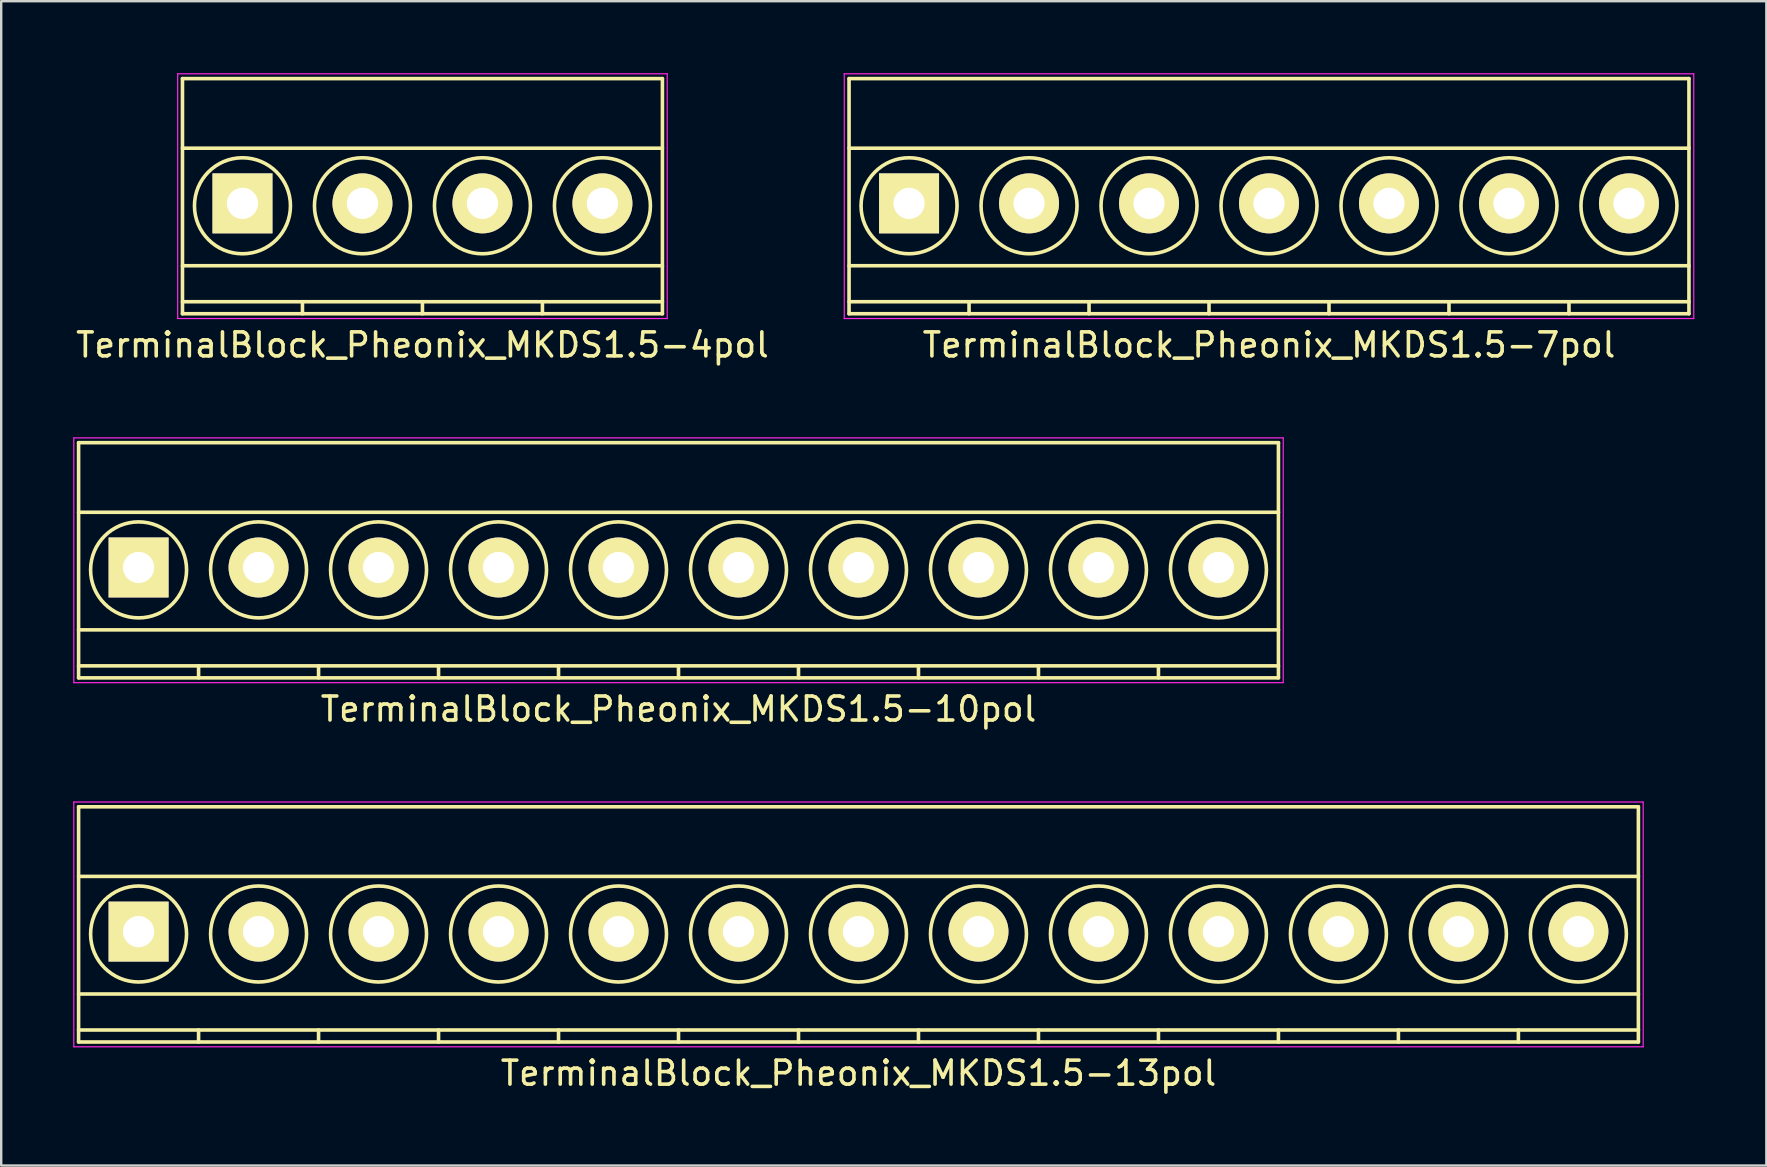
<source format=kicad_pcb>
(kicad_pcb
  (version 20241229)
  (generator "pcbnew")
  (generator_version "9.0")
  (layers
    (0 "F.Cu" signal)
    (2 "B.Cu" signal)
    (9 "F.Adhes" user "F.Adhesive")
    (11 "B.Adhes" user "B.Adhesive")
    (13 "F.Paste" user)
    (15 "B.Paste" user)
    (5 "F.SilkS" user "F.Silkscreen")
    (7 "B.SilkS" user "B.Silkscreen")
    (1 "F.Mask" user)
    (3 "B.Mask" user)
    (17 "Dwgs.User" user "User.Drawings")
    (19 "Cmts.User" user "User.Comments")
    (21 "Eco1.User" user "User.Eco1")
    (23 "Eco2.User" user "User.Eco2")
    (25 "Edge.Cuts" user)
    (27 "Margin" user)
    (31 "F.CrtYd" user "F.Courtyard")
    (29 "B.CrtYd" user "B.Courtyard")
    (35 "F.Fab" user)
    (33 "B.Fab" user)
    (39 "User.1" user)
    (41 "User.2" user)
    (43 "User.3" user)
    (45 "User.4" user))
  (footprint "TerminalBlock_Pheonix_MKDS1.5-13pol"
    (layer "F.Cu")
    (at 2.725 35.772)
    (property "Reference" "TerminalBlock_Pheonix_MKDS1.5-13pol" (at 30 5.9 0) (layer "F.SilkS") (effects (font (size 1 1) (thickness 0.15))))
    (attr through_hole)
    (fp_line (start -2.5 -5.2) (end -2.5 4.6) (stroke (width 0.15) (type solid)) (layer "F.SilkS"))
    (fp_line (start -2.5 -2.3) (end 62.5 -2.3) (stroke (width 0.15) (type solid)) (layer "F.SilkS"))
    (fp_line (start -2.5 2.6) (end 62.5 2.6) (stroke (width 0.15) (type solid)) (layer "F.SilkS"))
    (fp_line (start -2.5 4.1) (end 62.5 4.1) (stroke (width 0.15) (type solid)) (layer "F.SilkS"))
    (fp_line (start -2.5 4.6) (end 62.5 4.6) (stroke (width 0.15) (type solid)) (layer "F.SilkS"))
    (fp_line (start 2.5 4.1) (end 2.5 4.6) (stroke (width 0.15) (type solid)) (layer "F.SilkS"))
    (fp_line (start 7.5 4.1) (end 7.5 4.6) (stroke (width 0.15) (type solid)) (layer "F.SilkS"))
    (fp_line (start 12.5 4.1) (end 12.5 4.6) (stroke (width 0.15) (type solid)) (layer "F.SilkS"))
    (fp_line (start 17.5 4.1) (end 17.5 4.6) (stroke (width 0.15) (type solid)) (layer "F.SilkS"))
    (fp_line (start 22.5 4.1) (end 22.5 4.6) (stroke (width 0.15) (type solid)) (layer "F.SilkS"))
    (fp_line (start 27.5 4.1) (end 27.5 4.6) (stroke (width 0.15) (type solid)) (layer "F.SilkS"))
    (fp_line (start 32.5 4.1) (end 32.5 4.6) (stroke (width 0.15) (type solid)) (layer "F.SilkS"))
    (fp_line (start 37.5 4.1) (end 37.5 4.6) (stroke (width 0.15) (type solid)) (layer "F.SilkS"))
    (fp_line (start 42.5 4.1) (end 42.5 4.6) (stroke (width 0.15) (type solid)) (layer "F.SilkS"))
    (fp_line (start 47.5 4.1) (end 47.5 4.6) (stroke (width 0.15) (type solid)) (layer "F.SilkS"))
    (fp_line (start 52.5 4.1) (end 52.5 4.6) (stroke (width 0.15) (type solid)) (layer "F.SilkS"))
    (fp_line (start 57.5 4.1) (end 57.5 4.6) (stroke (width 0.15) (type solid)) (layer "F.SilkS"))
    (fp_line (start 62.5 -5.2) (end -2.5 -5.2) (stroke (width 0.15) (type solid)) (layer "F.SilkS"))
    (fp_line (start 62.5 4.6) (end 62.5 -5.2) (stroke (width 0.15) (type solid)) (layer "F.SilkS"))
    (fp_circle (center 0 0.1) (end 2 0.1) (stroke (width 0.15) (type solid)) (fill no) (layer "F.SilkS"))
    (fp_circle (center 5 0.1) (end 3 0.1) (stroke (width 0.15) (type solid)) (fill no) (layer "F.SilkS"))
    (fp_circle (center 10 0.1) (end 8 0.1) (stroke (width 0.15) (type solid)) (fill no) (layer "F.SilkS"))
    (fp_circle (center 15 0.1) (end 13 0.1) (stroke (width 0.15) (type solid)) (fill no) (layer "F.SilkS"))
    (fp_circle (center 20 0.1) (end 18 0.1) (stroke (width 0.15) (type solid)) (fill no) (layer "F.SilkS"))
    (fp_circle (center 25 0.1) (end 23 0.1) (stroke (width 0.15) (type solid)) (fill no) (layer "F.SilkS"))
    (fp_circle (center 30 0.1) (end 28 0.1) (stroke (width 0.15) (type solid)) (fill no) (layer "F.SilkS"))
    (fp_circle (center 35 0.1) (end 33 0.1) (stroke (width 0.15) (type solid)) (fill no) (layer "F.SilkS"))
    (fp_circle (center 40 0.1) (end 38 0.1) (stroke (width 0.15) (type solid)) (fill no) (layer "F.SilkS"))
    (fp_circle (center 45 0.1) (end 43 0.1) (stroke (width 0.15) (type solid)) (fill no) (layer "F.SilkS"))
    (fp_circle (center 50 0.1) (end 48 0.1) (stroke (width 0.15) (type solid)) (fill no) (layer "F.SilkS"))
    (fp_circle (center 55 0.1) (end 53 0.1) (stroke (width 0.15) (type solid)) (fill no) (layer "F.SilkS"))
    (fp_circle (center 60 0.1) (end 58 0.1) (stroke (width 0.15) (type solid)) (fill no) (layer "F.SilkS"))
    (fp_line (start -2.7 -5.4) (end 62.7 -5.4) (stroke (width 0.05) (type solid)) (layer "F.CrtYd"))
    (fp_line (start -2.7 4.8) (end -2.7 -5.4) (stroke (width 0.05) (type solid)) (layer "F.CrtYd"))
    (fp_line (start 62.7 -5.4) (end 62.7 4.8) (stroke (width 0.05) (type solid)) (layer "F.CrtYd"))
    (fp_line (start 62.7 4.8) (end -2.7 4.8) (stroke (width 0.05) (type solid)) (layer "F.CrtYd"))
    (pad "1" thru_hole rect (at 0 0) (size 2.5 2.5) (drill 1.3) (layers "*.Cu" "*.Mask" "F.SilkS"))
    (pad "2" thru_hole circle (at 5 0) (size 2.5 2.5) (drill 1.3) (layers "*.Cu" "*.Mask" "F.SilkS"))
    (pad "3" thru_hole circle (at 10 0) (size 2.5 2.5) (drill 1.3) (layers "*.Cu" "*.Mask" "F.SilkS"))
    (pad "4" thru_hole circle (at 15 0) (size 2.5 2.5) (drill 1.3) (layers "*.Cu" "*.Mask" "F.SilkS"))
    (pad "5" thru_hole circle (at 20 0) (size 2.5 2.5) (drill 1.3) (layers "*.Cu" "*.Mask" "F.SilkS"))
    (pad "6" thru_hole circle (at 25 0) (size 2.5 2.5) (drill 1.3) (layers "*.Cu" "*.Mask" "F.SilkS"))
    (pad "7" thru_hole circle (at 30 0) (size 2.5 2.5) (drill 1.3) (layers "*.Cu" "*.Mask" "F.SilkS"))
    (pad "8" thru_hole circle (at 35 0) (size 2.5 2.5) (drill 1.3) (layers "*.Cu" "*.Mask" "F.SilkS"))
    (pad "9" thru_hole circle (at 40 0) (size 2.5 2.5) (drill 1.3) (layers "*.Cu" "*.Mask" "F.SilkS"))
    (pad "10" thru_hole circle (at 45 0) (size 2.5 2.5) (drill 1.3) (layers "*.Cu" "*.Mask" "F.SilkS"))
    (pad "11" thru_hole circle (at 50 0) (size 2.5 2.5) (drill 1.3) (layers "*.Cu" "*.Mask" "F.SilkS"))
    (pad "12" thru_hole circle (at 55 0) (size 2.5 2.5) (drill 1.3) (layers "*.Cu" "*.Mask" "F.SilkS"))
    (pad "13" thru_hole circle (at 60 0) (size 2.5 2.5) (drill 1.3) (layers "*.Cu" "*.Mask" "F.SilkS")))
  (footprint "TerminalBlock_Pheonix_MKDS1.5-7pol"
    (layer "F.Cu")
    (at 34.832 5.425)
    (property "Reference" "TerminalBlock_Pheonix_MKDS1.5-7pol" (at 15 5.9 0) (layer "F.SilkS") (effects (font (size 1 1) (thickness 0.15))))
    (attr through_hole)
    (fp_line (start -2.5 -5.2) (end -2.5 4.6) (stroke (width 0.15) (type solid)) (layer "F.SilkS"))
    (fp_line (start -2.5 -2.3) (end 32.5 -2.3) (stroke (width 0.15) (type solid)) (layer "F.SilkS"))
    (fp_line (start -2.5 2.6) (end 32.5 2.6) (stroke (width 0.15) (type solid)) (layer "F.SilkS"))
    (fp_line (start -2.5 4.1) (end 32.5 4.1) (stroke (width 0.15) (type solid)) (layer "F.SilkS"))
    (fp_line (start -2.5 4.6) (end 32.5 4.6) (stroke (width 0.15) (type solid)) (layer "F.SilkS"))
    (fp_line (start 2.5 4.1) (end 2.5 4.6) (stroke (width 0.15) (type solid)) (layer "F.SilkS"))
    (fp_line (start 7.5 4.1) (end 7.5 4.6) (stroke (width 0.15) (type solid)) (layer "F.SilkS"))
    (fp_line (start 12.5 4.1) (end 12.5 4.6) (stroke (width 0.15) (type solid)) (layer "F.SilkS"))
    (fp_line (start 17.5 4.1) (end 17.5 4.6) (stroke (width 0.15) (type solid)) (layer "F.SilkS"))
    (fp_line (start 22.5 4.1) (end 22.5 4.6) (stroke (width 0.15) (type solid)) (layer "F.SilkS"))
    (fp_line (start 27.5 4.1) (end 27.5 4.6) (stroke (width 0.15) (type solid)) (layer "F.SilkS"))
    (fp_line (start 32.5 -5.2) (end -2.5 -5.2) (stroke (width 0.15) (type solid)) (layer "F.SilkS"))
    (fp_line (start 32.5 4.6) (end 32.5 -5.2) (stroke (width 0.15) (type solid)) (layer "F.SilkS"))
    (fp_circle (center 0 0.1) (end 2 0.1) (stroke (width 0.15) (type solid)) (fill no) (layer "F.SilkS"))
    (fp_circle (center 5 0.1) (end 3 0.1) (stroke (width 0.15) (type solid)) (fill no) (layer "F.SilkS"))
    (fp_circle (center 10 0.1) (end 8 0.1) (stroke (width 0.15) (type solid)) (fill no) (layer "F.SilkS"))
    (fp_circle (center 15 0.1) (end 13 0.1) (stroke (width 0.15) (type solid)) (fill no) (layer "F.SilkS"))
    (fp_circle (center 20 0.1) (end 18 0.1) (stroke (width 0.15) (type solid)) (fill no) (layer "F.SilkS"))
    (fp_circle (center 25 0.1) (end 23 0.1) (stroke (width 0.15) (type solid)) (fill no) (layer "F.SilkS"))
    (fp_circle (center 30 0.1) (end 28 0.1) (stroke (width 0.15) (type solid)) (fill no) (layer "F.SilkS"))
    (fp_line (start -2.7 -5.4) (end 32.7 -5.4) (stroke (width 0.05) (type solid)) (layer "F.CrtYd"))
    (fp_line (start -2.7 4.8) (end -2.7 -5.4) (stroke (width 0.05) (type solid)) (layer "F.CrtYd"))
    (fp_line (start 32.7 -5.4) (end 32.7 4.8) (stroke (width 0.05) (type solid)) (layer "F.CrtYd"))
    (fp_line (start 32.7 4.8) (end -2.7 4.8) (stroke (width 0.05) (type solid)) (layer "F.CrtYd"))
    (pad "1" thru_hole rect (at 0 0) (size 2.5 2.5) (drill 1.3) (layers "*.Cu" "*.Mask" "F.SilkS"))
    (pad "2" thru_hole circle (at 5 0) (size 2.5 2.5) (drill 1.3) (layers "*.Cu" "*.Mask" "F.SilkS"))
    (pad "3" thru_hole circle (at 10 0) (size 2.5 2.5) (drill 1.3) (layers "*.Cu" "*.Mask" "F.SilkS"))
    (pad "4" thru_hole circle (at 15 0) (size 2.5 2.5) (drill 1.3) (layers "*.Cu" "*.Mask" "F.SilkS"))
    (pad "5" thru_hole circle (at 20 0) (size 2.5 2.5) (drill 1.3) (layers "*.Cu" "*.Mask" "F.SilkS"))
    (pad "6" thru_hole circle (at 25 0) (size 2.5 2.5) (drill 1.3) (layers "*.Cu" "*.Mask" "F.SilkS"))
    (pad "7" thru_hole circle (at 30 0) (size 2.5 2.5) (drill 1.3) (layers "*.Cu" "*.Mask" "F.SilkS")))
  (footprint "TerminalBlock_Pheonix_MKDS1.5-10pol"
    (layer "F.Cu")
    (at 2.725 20.598)
    (property "Reference" "TerminalBlock_Pheonix_MKDS1.5-10pol" (at 22.5 5.9 0) (layer "F.SilkS") (effects (font (size 1 1) (thickness 0.15))))
    (attr through_hole)
    (fp_line (start -2.5 -5.2) (end -2.5 4.6) (stroke (width 0.15) (type solid)) (layer "F.SilkS"))
    (fp_line (start -2.5 -2.3) (end 47.5 -2.3) (stroke (width 0.15) (type solid)) (layer "F.SilkS"))
    (fp_line (start -2.5 2.6) (end 47.5 2.6) (stroke (width 0.15) (type solid)) (layer "F.SilkS"))
    (fp_line (start -2.5 4.1) (end 47.5 4.1) (stroke (width 0.15) (type solid)) (layer "F.SilkS"))
    (fp_line (start -2.5 4.6) (end 47.5 4.6) (stroke (width 0.15) (type solid)) (layer "F.SilkS"))
    (fp_line (start 2.5 4.1) (end 2.5 4.6) (stroke (width 0.15) (type solid)) (layer "F.SilkS"))
    (fp_line (start 7.5 4.1) (end 7.5 4.6) (stroke (width 0.15) (type solid)) (layer "F.SilkS"))
    (fp_line (start 12.5 4.1) (end 12.5 4.6) (stroke (width 0.15) (type solid)) (layer "F.SilkS"))
    (fp_line (start 17.5 4.1) (end 17.5 4.6) (stroke (width 0.15) (type solid)) (layer "F.SilkS"))
    (fp_line (start 22.5 4.1) (end 22.5 4.6) (stroke (width 0.15) (type solid)) (layer "F.SilkS"))
    (fp_line (start 27.5 4.1) (end 27.5 4.6) (stroke (width 0.15) (type solid)) (layer "F.SilkS"))
    (fp_line (start 32.5 4.1) (end 32.5 4.6) (stroke (width 0.15) (type solid)) (layer "F.SilkS"))
    (fp_line (start 37.5 4.1) (end 37.5 4.6) (stroke (width 0.15) (type solid)) (layer "F.SilkS"))
    (fp_line (start 42.5 4.1) (end 42.5 4.6) (stroke (width 0.15) (type solid)) (layer "F.SilkS"))
    (fp_line (start 47.5 -5.2) (end -2.5 -5.2) (stroke (width 0.15) (type solid)) (layer "F.SilkS"))
    (fp_line (start 47.5 4.6) (end 47.5 -5.2) (stroke (width 0.15) (type solid)) (layer "F.SilkS"))
    (fp_circle (center 0 0.1) (end 2 0.1) (stroke (width 0.15) (type solid)) (fill no) (layer "F.SilkS"))
    (fp_circle (center 5 0.1) (end 3 0.1) (stroke (width 0.15) (type solid)) (fill no) (layer "F.SilkS"))
    (fp_circle (center 10 0.1) (end 8 0.1) (stroke (width 0.15) (type solid)) (fill no) (layer "F.SilkS"))
    (fp_circle (center 15 0.1) (end 13 0.1) (stroke (width 0.15) (type solid)) (fill no) (layer "F.SilkS"))
    (fp_circle (center 20 0.1) (end 18 0.1) (stroke (width 0.15) (type solid)) (fill no) (layer "F.SilkS"))
    (fp_circle (center 25 0.1) (end 23 0.1) (stroke (width 0.15) (type solid)) (fill no) (layer "F.SilkS"))
    (fp_circle (center 30 0.1) (end 28 0.1) (stroke (width 0.15) (type solid)) (fill no) (layer "F.SilkS"))
    (fp_circle (center 35 0.1) (end 33 0.1) (stroke (width 0.15) (type solid)) (fill no) (layer "F.SilkS"))
    (fp_circle (center 40 0.1) (end 38 0.1) (stroke (width 0.15) (type solid)) (fill no) (layer "F.SilkS"))
    (fp_circle (center 45 0.1) (end 43 0.1) (stroke (width 0.15) (type solid)) (fill no) (layer "F.SilkS"))
    (fp_line (start -2.7 -5.4) (end -2.7 4.8) (stroke (width 0.05) (type solid)) (layer "F.CrtYd"))
    (fp_line (start -2.7 4.8) (end 47.7 4.8) (stroke (width 0.05) (type solid)) (layer "F.CrtYd"))
    (fp_line (start 47.7 -5.4) (end -2.7 -5.4) (stroke (width 0.05) (type solid)) (layer "F.CrtYd"))
    (fp_line (start 47.7 4.8) (end 47.7 -5.4) (stroke (width 0.05) (type solid)) (layer "F.CrtYd"))
    (pad "1" thru_hole rect (at 0 0) (size 2.5 2.5) (drill 1.3) (layers "*.Cu" "*.Mask" "F.SilkS"))
    (pad "2" thru_hole circle (at 5 0) (size 2.5 2.5) (drill 1.3) (layers "*.Cu" "*.Mask" "F.SilkS"))
    (pad "3" thru_hole circle (at 10 0) (size 2.5 2.5) (drill 1.3) (layers "*.Cu" "*.Mask" "F.SilkS"))
    (pad "4" thru_hole circle (at 15 0) (size 2.5 2.5) (drill 1.3) (layers "*.Cu" "*.Mask" "F.SilkS"))
    (pad "5" thru_hole circle (at 20 0) (size 2.5 2.5) (drill 1.3) (layers "*.Cu" "*.Mask" "F.SilkS"))
    (pad "6" thru_hole circle (at 25 0) (size 2.5 2.5) (drill 1.3) (layers "*.Cu" "*.Mask" "F.SilkS"))
    (pad "7" thru_hole circle (at 30 0) (size 2.5 2.5) (drill 1.3) (layers "*.Cu" "*.Mask" "F.SilkS"))
    (pad "8" thru_hole circle (at 35 0) (size 2.5 2.5) (drill 1.3) (layers "*.Cu" "*.Mask" "F.SilkS"))
    (pad "9" thru_hole circle (at 40 0) (size 2.5 2.5) (drill 1.3) (layers "*.Cu" "*.Mask" "F.SilkS"))
    (pad "10" thru_hole circle (at 45 0) (size 2.5 2.5) (drill 1.3) (layers "*.Cu" "*.Mask" "F.SilkS")))
  (footprint "TerminalBlock_Pheonix_MKDS1.5-4pol"
    (layer "F.Cu")
    (at 7.054 5.425)
    (property "Reference" "TerminalBlock_Pheonix_MKDS1.5-4pol" (at 7.5 5.9 0) (layer "F.SilkS") (effects (font (size 1 1) (thickness 0.15))))
    (attr through_hole)
    (fp_line (start -2.5 -5.2) (end -2.5 4.6) (stroke (width 0.15) (type solid)) (layer "F.SilkS"))
    (fp_line (start -2.5 -2.3) (end 17.5 -2.3) (stroke (width 0.15) (type solid)) (layer "F.SilkS"))
    (fp_line (start -2.5 2.6) (end 17.5 2.6) (stroke (width 0.15) (type solid)) (layer "F.SilkS"))
    (fp_line (start -2.5 4.1) (end 17.5 4.1) (stroke (width 0.15) (type solid)) (layer "F.SilkS"))
    (fp_line (start -2.5 4.6) (end 17.5 4.6) (stroke (width 0.15) (type solid)) (layer "F.SilkS"))
    (fp_line (start 2.5 4.1) (end 2.5 4.6) (stroke (width 0.15) (type solid)) (layer "F.SilkS"))
    (fp_line (start 7.5 4.1) (end 7.5 4.6) (stroke (width 0.15) (type solid)) (layer "F.SilkS"))
    (fp_line (start 12.5 4.1) (end 12.5 4.6) (stroke (width 0.15) (type solid)) (layer "F.SilkS"))
    (fp_line (start 17.5 -5.2) (end -2.5 -5.2) (stroke (width 0.15) (type solid)) (layer "F.SilkS"))
    (fp_line (start 17.5 4.6) (end 17.5 -5.2) (stroke (width 0.15) (type solid)) (layer "F.SilkS"))
    (fp_circle (center 0 0.1) (end 2 0.1) (stroke (width 0.15) (type solid)) (fill no) (layer "F.SilkS"))
    (fp_circle (center 5 0.1) (end 3 0.1) (stroke (width 0.15) (type solid)) (fill no) (layer "F.SilkS"))
    (fp_circle (center 10 0.1) (end 8 0.1) (stroke (width 0.15) (type solid)) (fill no) (layer "F.SilkS"))
    (fp_circle (center 15 0.1) (end 13 0.1) (stroke (width 0.15) (type solid)) (fill no) (layer "F.SilkS"))
    (fp_line (start -2.7 -5.4) (end 17.7 -5.4) (stroke (width 0.05) (type solid)) (layer "F.CrtYd"))
    (fp_line (start -2.7 4.8) (end -2.7 -5.4) (stroke (width 0.05) (type solid)) (layer "F.CrtYd"))
    (fp_line (start 17.7 -5.4) (end 17.7 4.8) (stroke (width 0.05) (type solid)) (layer "F.CrtYd"))
    (fp_line (start 17.7 4.8) (end -2.7 4.8) (stroke (width 0.05) (type solid)) (layer "F.CrtYd"))
    (pad "1" thru_hole rect (at 0 0) (size 2.5 2.5) (drill 1.3) (layers "*.Cu" "*.Mask" "F.SilkS"))
    (pad "2" thru_hole circle (at 5 0) (size 2.5 2.5) (drill 1.3) (layers "*.Cu" "*.Mask" "F.SilkS"))
    (pad "3" thru_hole circle (at 10 0) (size 2.5 2.5) (drill 1.3) (layers "*.Cu" "*.Mask" "F.SilkS"))
    (pad "4" thru_hole circle (at 15 0) (size 2.5 2.5) (drill 1.3) (layers "*.Cu" "*.Mask" "F.SilkS")))
  (gr_rect
    (start -3 -3)
    (end 70.557 45.52)
    (stroke (width 0.1) (type default))
    (fill no)
    (layer "Edge.Cuts")))
</source>
